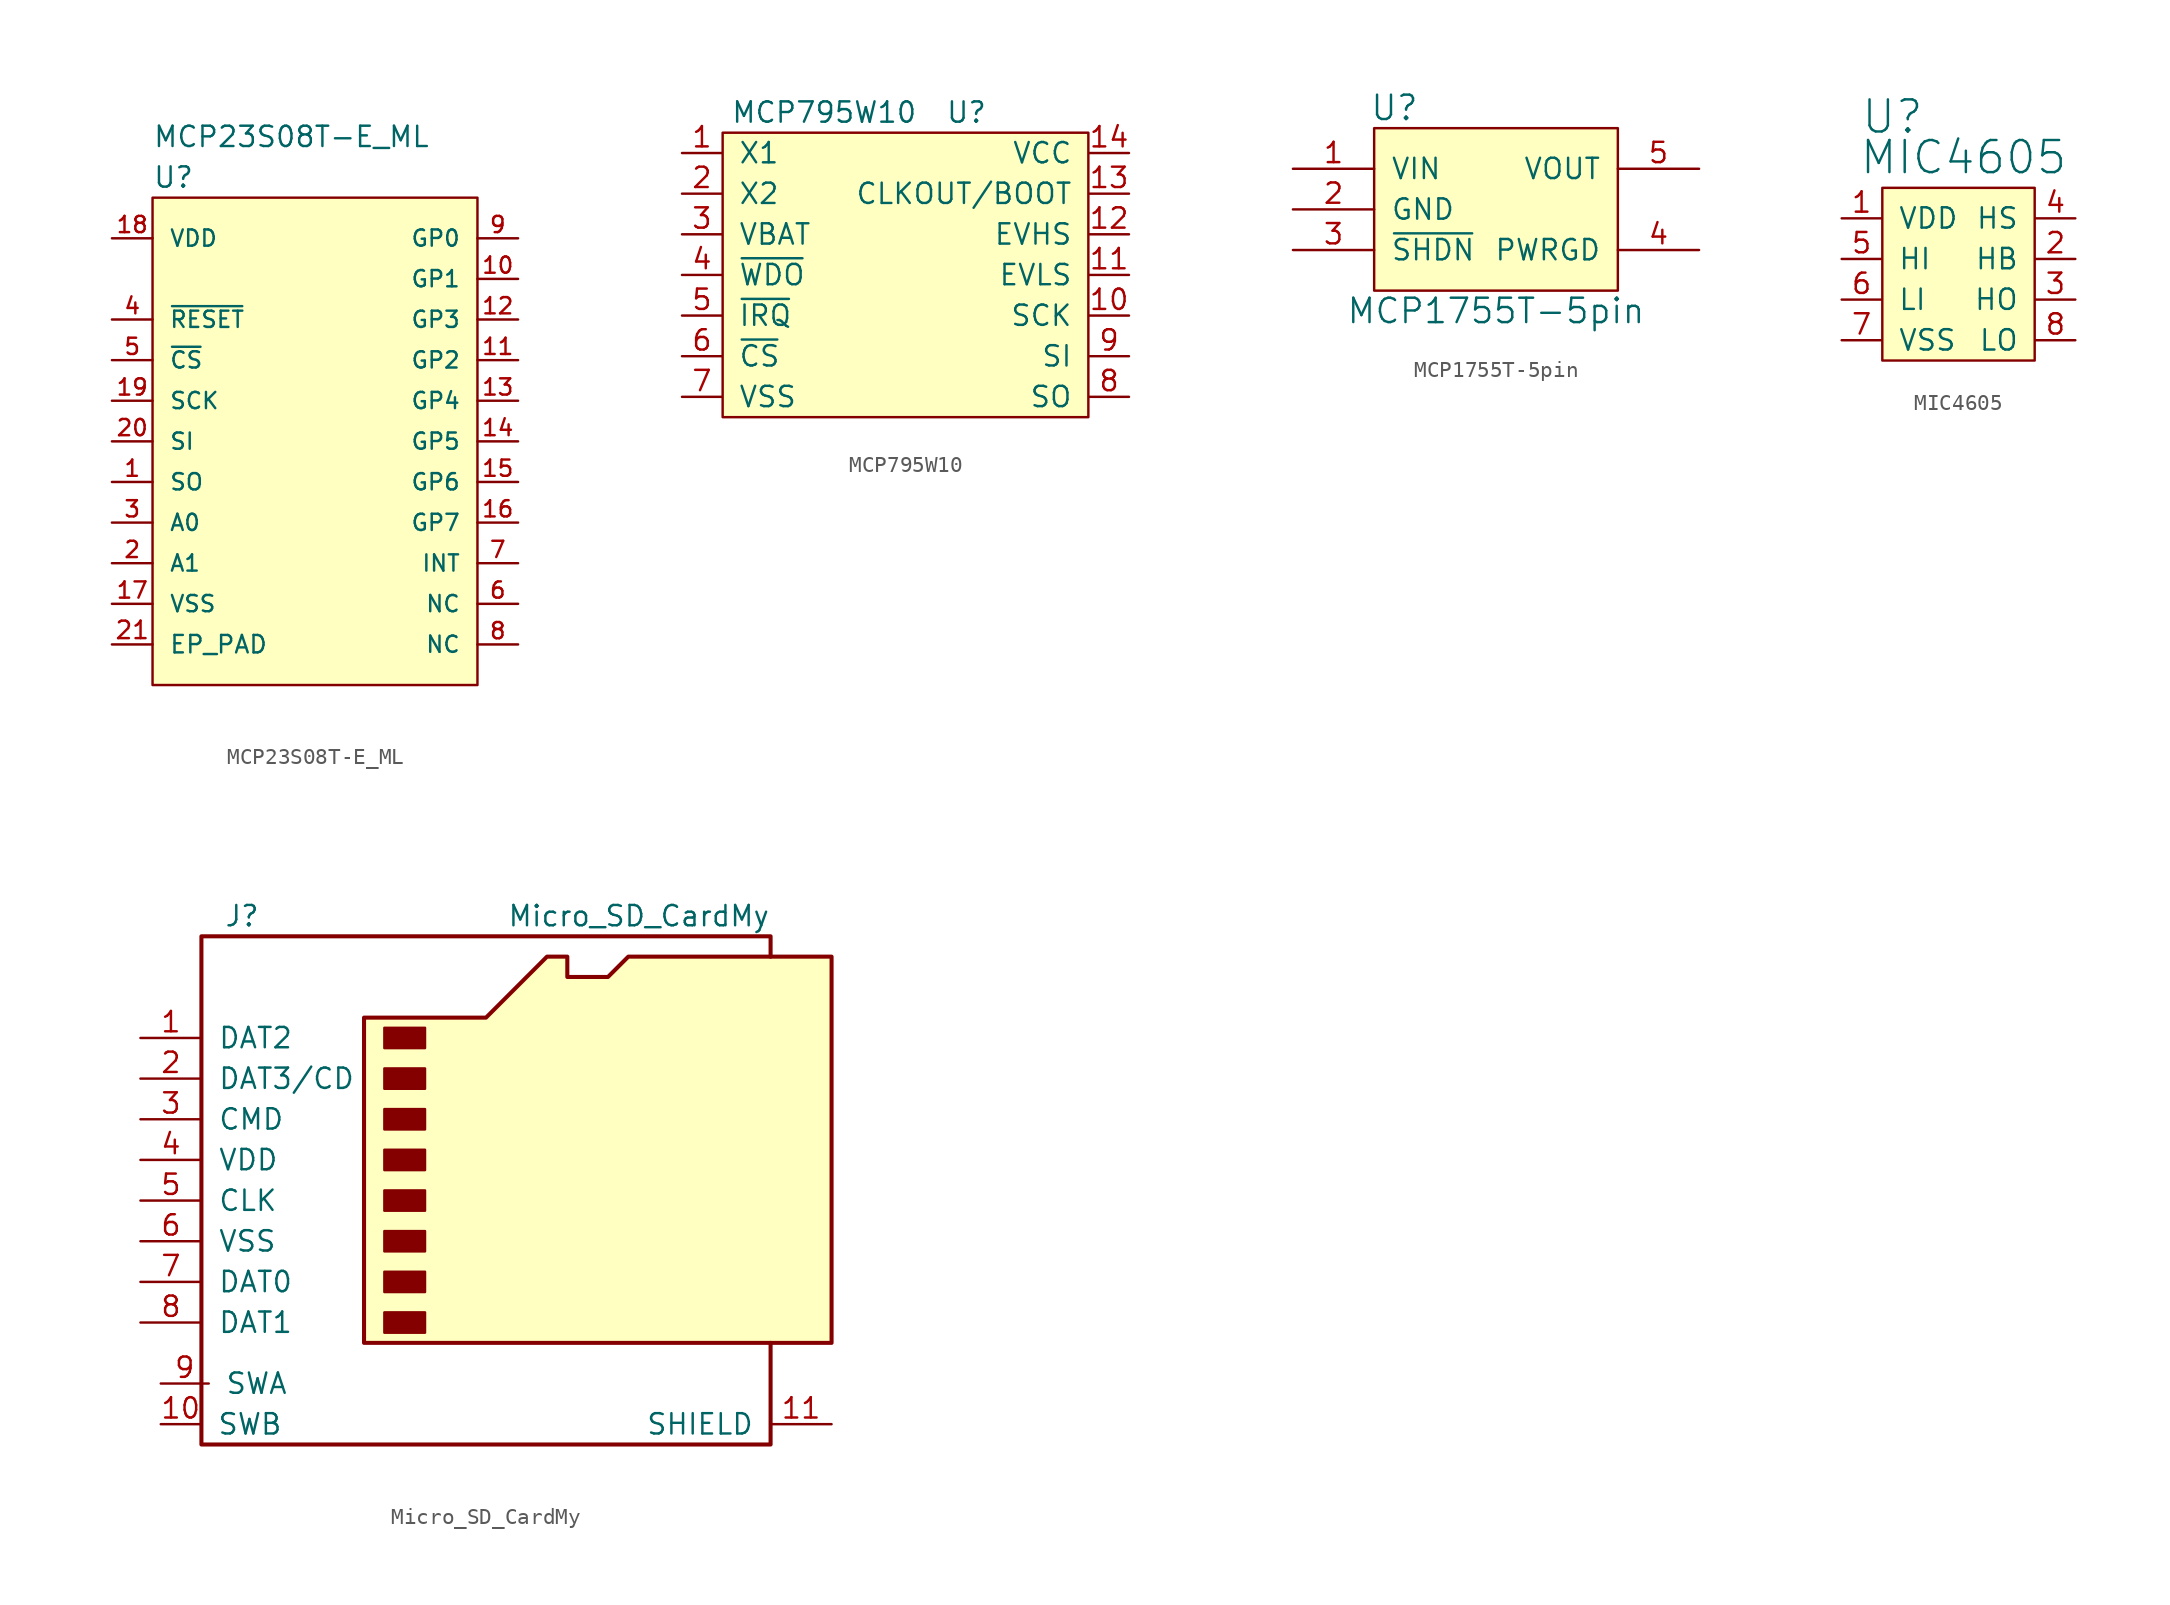
<source format=kicad_sym>
(kicad_symbol_lib
  (version 20211014)
  (generator kicad_symbol_editor)
  (symbol "MCP23S08T-E_ML"
    (pin_names
      (offset 1.016))
    (property "Reference" "U"
      (at 0 5.08 0)
      (effects (font (size 1.27 1.27)) (justify left)))
    (property "Value" "MCP23S08T-E_ML"
      (at 0 7.62 0)
      (effects (font (size 1.27 1.27)) (justify left)))
    (symbol "MCP23S08T-E_ML_1_1"
      (rectangle (start 0 3.81) (end 20.32 -26.67) (stroke (width 0) (type default) (color 0 0 0 0)) (fill (type background)))
      (pin output line (at -2.54 -13.97 0) (length 2.54) (name "SO" (effects (font (size 1.016 1.016)))) (number "1" (effects (font (size 1.016 1.016)))))
      (pin bidirectional line (at 22.86 -1.27 180) (length 2.54) (name "GP1" (effects (font (size 1.016 1.016)))) (number "10" (effects (font (size 1.016 1.016)))))
      (pin bidirectional line (at 22.86 -6.35 180) (length 2.54) (name "GP2" (effects (font (size 1.016 1.016)))) (number "11" (effects (font (size 1.016 1.016)))))
      (pin bidirectional line (at 22.86 -3.81 180) (length 2.54) (name "GP3" (effects (font (size 1.016 1.016)))) (number "12" (effects (font (size 1.016 1.016)))))
      (pin bidirectional line (at 22.86 -8.89 180) (length 2.54) (name "GP4" (effects (font (size 1.016 1.016)))) (number "13" (effects (font (size 1.016 1.016)))))
      (pin bidirectional line (at 22.86 -11.43 180) (length 2.54) (name "GP5" (effects (font (size 1.016 1.016)))) (number "14" (effects (font (size 1.016 1.016)))))
      (pin bidirectional line (at 22.86 -13.97 180) (length 2.54) (name "GP6" (effects (font (size 1.016 1.016)))) (number "15" (effects (font (size 1.016 1.016)))))
      (pin bidirectional line (at 22.86 -16.51 180) (length 2.54) (name "GP7" (effects (font (size 1.016 1.016)))) (number "16" (effects (font (size 1.016 1.016)))))
      (pin power_in line (at -2.54 -21.59 0) (length 2.54) (name "VSS" (effects (font (size 1.016 1.016)))) (number "17" (effects (font (size 1.016 1.016)))))
      (pin power_in line (at -2.54 1.27 0) (length 2.54) (name "VDD" (effects (font (size 1.016 1.016)))) (number "18" (effects (font (size 1.016 1.016)))))
      (pin input line (at -2.54 -8.89 0) (length 2.54) (name "SCK" (effects (font (size 1.016 1.016)))) (number "19" (effects (font (size 1.016 1.016)))))
      (pin input line (at -2.54 -19.05 0) (length 2.54) (name "A1" (effects (font (size 1.016 1.016)))) (number "2" (effects (font (size 1.016 1.016)))))
      (pin input line (at -2.54 -11.43 0) (length 2.54) (name "SI" (effects (font (size 1.016 1.016)))) (number "20" (effects (font (size 1.016 1.016)))))
      (pin input line (at -2.54 -24.13 0) (length 2.54) (name "EP_PAD" (effects (font (size 1.092 1.092)))) (number "21" (effects (font (size 1.092 1.092)))))
      (pin input line (at -2.54 -16.51 0) (length 2.54) (name "A0" (effects (font (size 1.016 1.016)))) (number "3" (effects (font (size 1.016 1.016)))))
      (pin input line (at -2.54 -3.81 0) (length 2.54) (name "~{RESET}" (effects (font (size 1.016 1.016)))) (number "4" (effects (font (size 1.016 1.016)))))
      (pin input line (at -2.54 -6.35 0) (length 2.54) (name "~{CS}" (effects (font (size 1.016 1.016)))) (number "5" (effects (font (size 1.016 1.016)))))
      (pin passive line (at 22.86 -21.59 180) (length 2.54) (name "NC" (effects (font (size 1.016 1.016)))) (number "6" (effects (font (size 1.016 1.016)))))
      (pin open_collector line (at 22.86 -19.05 180) (length 2.54) (name "INT" (effects (font (size 1.016 1.016)))) (number "7" (effects (font (size 1.016 1.016)))))
      (pin passive line (at 22.86 -24.13 180) (length 2.54) (name "NC" (effects (font (size 1.016 1.016)))) (number "8" (effects (font (size 1.016 1.016)))))
      (pin bidirectional line (at 22.86 1.27 180) (length 2.54) (name "GP0" (effects (font (size 1.016 1.016)))) (number "9" (effects (font (size 1.016 1.016)))))))
  (symbol "MCP795W10"
    (pin_names
      (offset 1.016))
    (property "Reference" "U"
      (at 10.16 3.81 0)
      (effects (font (size 1.27 1.27))))
    (property "Value" "MCP795W10"
      (at 1.27 3.81 0)
      (effects (font (size 1.27 1.27))))
    (symbol "MCP795W10_0_1"
      (rectangle (start 17.78 -15.24) (end -5.08 2.54) (stroke (width 0) (type default) (color 0 0 0 0)) (fill (type background))))
    (symbol "MCP795W10_1_1"
      (pin input line (at -7.62 1.27 0) (length 2.489) (name "X1" (effects (font (size 1.27 1.27)))) (number "1" (effects (font (size 1.27 1.27)))))
      (pin input line (at 20.32 -8.89 180) (length 2.489) (name "SCK" (effects (font (size 1.27 1.27)))) (number "10" (effects (font (size 1.27 1.27)))))
      (pin input line (at 20.32 -6.35 180) (length 2.489) (name "EVLS" (effects (font (size 1.27 1.27)))) (number "11" (effects (font (size 1.27 1.27)))))
      (pin input line (at 20.32 -3.81 180) (length 2.489) (name "EVHS" (effects (font (size 1.27 1.27)))) (number "12" (effects (font (size 1.27 1.27)))))
      (pin input line (at 20.32 -1.27 180) (length 2.489) (name "CLKOUT/BOOT" (effects (font (size 1.27 1.27)))) (number "13" (effects (font (size 1.27 1.27)))))
      (pin input line (at 20.32 1.27 180) (length 2.489) (name "VCC" (effects (font (size 1.27 1.27)))) (number "14" (effects (font (size 1.27 1.27)))))
      (pin input line (at -7.62 -1.27 0) (length 2.489) (name "X2" (effects (font (size 1.27 1.27)))) (number "2" (effects (font (size 1.27 1.27)))))
      (pin input line (at -7.62 -3.81 0) (length 2.489) (name "VBAT" (effects (font (size 1.27 1.27)))) (number "3" (effects (font (size 1.27 1.27)))))
      (pin input line (at -7.62 -6.35 0) (length 2.489) (name "~{WDO}" (effects (font (size 1.27 1.27)))) (number "4" (effects (font (size 1.27 1.27)))))
      (pin input line (at -7.62 -8.89 0) (length 2.489) (name "~{IRQ}" (effects (font (size 1.27 1.27)))) (number "5" (effects (font (size 1.27 1.27)))))
      (pin input line (at -7.62 -11.43 0) (length 2.489) (name "~{CS}" (effects (font (size 1.27 1.27)))) (number "6" (effects (font (size 1.27 1.27)))))
      (pin input line (at -7.62 -13.97 0) (length 2.489) (name "VSS" (effects (font (size 1.27 1.27)))) (number "7" (effects (font (size 1.27 1.27)))))
      (pin input line (at 20.32 -13.97 180) (length 2.489) (name "SO" (effects (font (size 1.27 1.27)))) (number "8" (effects (font (size 1.27 1.27)))))
      (pin input line (at 20.32 -11.43 180) (length 2.489) (name "SI" (effects (font (size 1.27 1.27)))) (number "9" (effects (font (size 1.27 1.27)))))))
  (symbol "MCP1755T-5pin"
    (pin_names
      (offset 1.016))
    (property "Reference" "U"
      (at -13.97 11.43 0)
      (effects (font (size 1.524 1.524))))
    (property "Value" "MCP1755T-5pin"
      (at -7.62 -1.27 0)
      (effects (font (size 1.524 1.524))))
    (symbol "MCP1755T-5pin_0_1"
      (rectangle (start -15.24 10.16) (end 0 0) (stroke (width 0) (type default) (color 0 0 0 0)) (fill (type background))))
    (symbol "MCP1755T-5pin_1_1"
      (pin input line (at -20.32 7.62 0) (length 5.08) (name "VIN" (effects (font (size 1.27 1.27)))) (number "1" (effects (font (size 1.27 1.27)))))
      (pin input line (at -20.32 5.08 0) (length 5.08) (name "GND" (effects (font (size 1.27 1.27)))) (number "2" (effects (font (size 1.27 1.27)))))
      (pin power_in line (at -20.32 2.54 0) (length 5.08) (name "~{SHDN}" (effects (font (size 1.27 1.27)))) (number "3" (effects (font (size 1.27 1.27)))))
      (pin input line (at 5.08 2.54 180) (length 5.08) (name "PWRGD" (effects (font (size 1.27 1.27)))) (number "4" (effects (font (size 1.27 1.27)))))
      (pin input line (at 5.08 7.62 180) (length 5.08) (name "VOUT" (effects (font (size 1.27 1.27)))) (number "5" (effects (font (size 1.27 1.27)))))))
  (symbol "MIC4605"
    (pin_names
      (offset 1.016))
    (property "Reference" "U"
      (at -4.445 8.89 0)
      (effects (font (size 2.007 2.007))))
    (property "Value" "MIC4605"
      (at 0 6.35 0)
      (effects (font (size 2.007 2.007))))
    (symbol "MIC4605_0_1"
      (rectangle (start -5.08 4.445) (end 4.445 -6.35) (stroke (width 0) (type default) (color 0 0 0 0)) (fill (type background))))
    (symbol "MIC4605_1_1"
      (pin input line (at -7.62 2.54 0) (length 2.489) (name "VDD" (effects (font (size 1.27 1.27)))) (number "1" (effects (font (size 1.27 1.27)))))
      (pin input line (at 6.985 0 180) (length 2.489) (name "HB" (effects (font (size 1.27 1.27)))) (number "2" (effects (font (size 1.27 1.27)))))
      (pin input line (at 6.985 -2.54 180) (length 2.489) (name "HO" (effects (font (size 1.27 1.27)))) (number "3" (effects (font (size 1.27 1.27)))))
      (pin input line (at 6.985 2.54 180) (length 2.489) (name "HS" (effects (font (size 1.27 1.27)))) (number "4" (effects (font (size 1.27 1.27)))))
      (pin input line (at -7.62 0 0) (length 2.489) (name "HI" (effects (font (size 1.27 1.27)))) (number "5" (effects (font (size 1.27 1.27)))))
      (pin input line (at -7.62 -2.54 0) (length 2.489) (name "LI" (effects (font (size 1.27 1.27)))) (number "6" (effects (font (size 1.27 1.27)))))
      (pin input line (at -7.62 -5.08 0) (length 2.489) (name "VSS" (effects (font (size 1.27 1.27)))) (number "7" (effects (font (size 1.27 1.27)))))
      (pin input line (at 6.985 -5.08 180) (length 2.489) (name "LO" (effects (font (size 1.27 1.27)))) (number "8" (effects (font (size 1.27 1.27)))))))
  (symbol "Micro_SD_CardMy"
    (pin_names
      (offset 1.016))
    (property "Reference" "J"
      (at -16.51 15.24 0)
      (effects (font (size 1.27 1.27))))
    (property "Value" "Micro_SD_CardMy"
      (at 16.51 15.24 0)
      (effects (font (size 1.27 1.27)) (justify right)))
    (symbol "Micro_SD_CardMy_0_1"
      (rectangle (start -7.62 -9.525) (end -5.08 -10.795) (stroke (width 0) (type default) (color 0 0 0 0)) (fill (type outline)))
      (rectangle (start -7.62 -6.985) (end -5.08 -8.255) (stroke (width 0) (type default) (color 0 0 0 0)) (fill (type outline)))
      (rectangle (start -7.62 -4.445) (end -5.08 -5.715) (stroke (width 0) (type default) (color 0 0 0 0)) (fill (type outline)))
      (rectangle (start -7.62 -1.905) (end -5.08 -3.175) (stroke (width 0) (type default) (color 0 0 0 0)) (fill (type outline)))
      (rectangle (start -7.62 0.635) (end -5.08 -0.635) (stroke (width 0) (type default) (color 0 0 0 0)) (fill (type outline)))
      (rectangle (start -7.62 3.175) (end -5.08 1.905) (stroke (width 0) (type default) (color 0 0 0 0)) (fill (type outline)))
      (rectangle (start -7.62 5.715) (end -5.08 4.445) (stroke (width 0) (type default) (color 0 0 0 0)) (fill (type outline)))
      (rectangle (start -7.62 8.255) (end -5.08 6.985) (stroke (width 0) (type default) (color 0 0 0 0)) (fill (type outline)))
      (polyline (pts (xy 16.51 12.7) (xy 16.51 13.97) (xy -19.05 13.97) (xy -19.05 -17.78) (xy 16.51 -17.78) (xy 16.51 -11.43)) (stroke (width 0.254) (type default) (color 0 0 0 0)) (fill (type none)))
      (polyline (pts (xy -8.89 -11.43) (xy -8.89 8.89) (xy -1.27 8.89) (xy 2.54 12.7) (xy 3.81 12.7) (xy 3.81 11.43) (xy 6.35 11.43) (xy 7.62 12.7) (xy 20.32 12.7) (xy 20.32 -11.43) (xy -8.89 -11.43)) (stroke (width 0.254) (type default) (color 0 0 0 0)) (fill (type background))))
    (symbol "Micro_SD_CardMy_1_1"
      (pin bidirectional line (at -22.86 7.62 0) (length 3.81) (name "DAT2" (effects (font (size 1.27 1.27)))) (number "1" (effects (font (size 1.27 1.27)))))
      (pin input line (at -21.59 -16.51 0) (length 2.489) (name "SWB" (effects (font (size 1.27 1.27)))) (number "10" (effects (font (size 1.27 1.27)))))
      (pin passive line (at 20.32 -16.51 180) (length 3.81) (name "SHIELD" (effects (font (size 1.27 1.27)))) (number "11" (effects (font (size 1.27 1.27)))))
      (pin bidirectional line (at -22.86 5.08 0) (length 3.81) (name "DAT3/CD" (effects (font (size 1.27 1.27)))) (number "2" (effects (font (size 1.27 1.27)))))
      (pin input line (at -22.86 2.54 0) (length 3.81) (name "CMD" (effects (font (size 1.27 1.27)))) (number "3" (effects (font (size 1.27 1.27)))))
      (pin power_in line (at -22.86 0 0) (length 3.81) (name "VDD" (effects (font (size 1.27 1.27)))) (number "4" (effects (font (size 1.27 1.27)))))
      (pin input line (at -22.86 -2.54 0) (length 3.81) (name "CLK" (effects (font (size 1.27 1.27)))) (number "5" (effects (font (size 1.27 1.27)))))
      (pin power_in line (at -22.86 -5.08 0) (length 3.81) (name "VSS" (effects (font (size 1.27 1.27)))) (number "6" (effects (font (size 1.27 1.27)))))
      (pin input line (at -22.86 -7.62 0) (length 3.81) (name "DAT0" (effects (font (size 1.27 1.27)))) (number "7" (effects (font (size 1.27 1.27)))))
      (pin input line (at -22.86 -10.16 0) (length 3.81) (name "DAT1" (effects (font (size 1.27 1.27)))) (number "8" (effects (font (size 1.27 1.27)))))
      (pin input line (at -21.59 -13.97 0) (length 2.997) (name "SWA" (effects (font (size 1.27 1.27)))) (number "9" (effects (font (size 1.27 1.27))))))))
</source>
